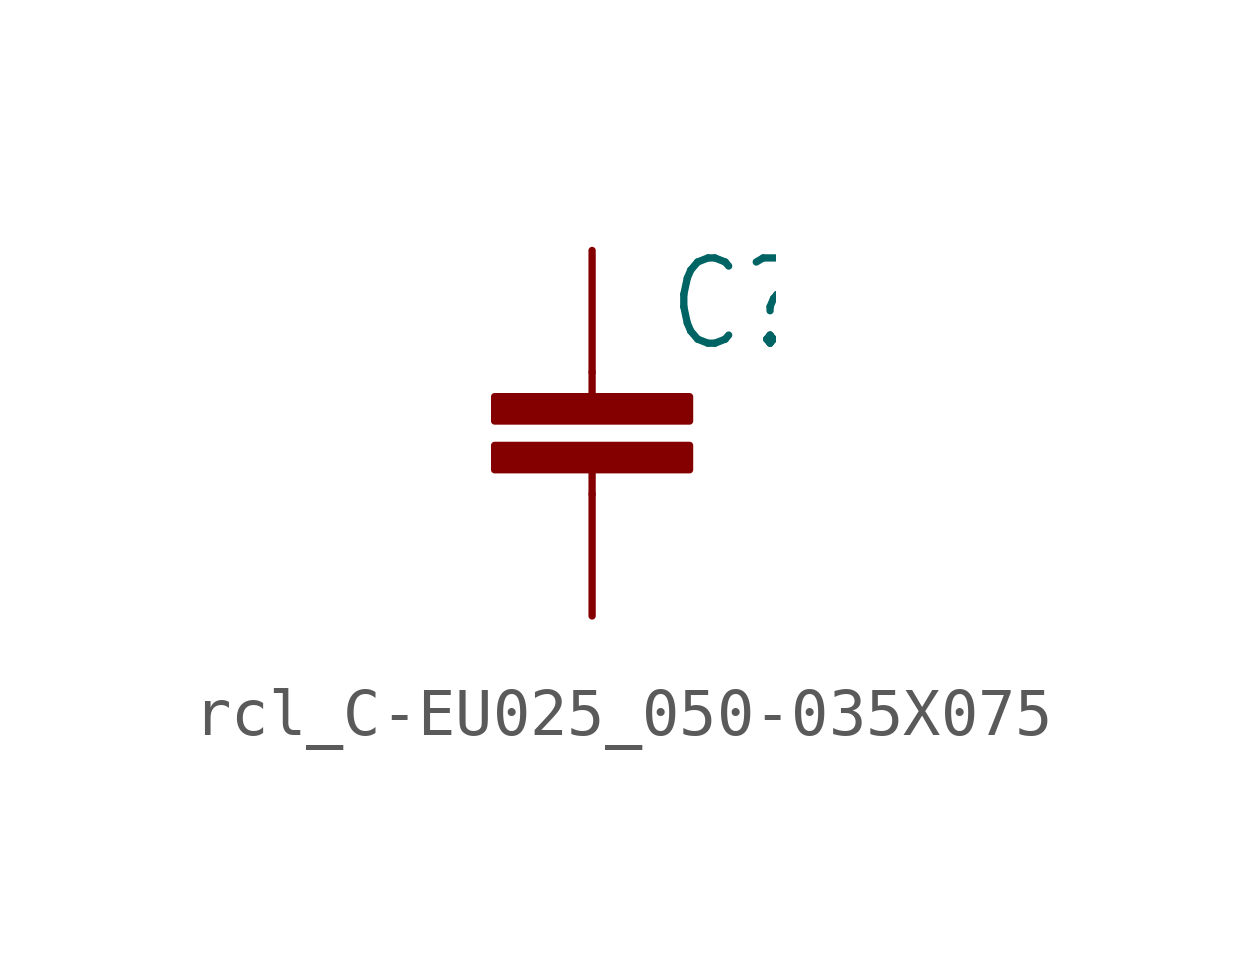
<source format=kicad_sym>
(kicad_symbol_lib
  (version 20241209)
  (generator "kicad_symbol_editor")
  (generator_version "9.0")
  (symbol "rcl_C-EU025_050-035X075"
    (property "Reference" "C"
      (at 1.524 0.381 0)
      (effects (font (size 1.778 1.511)) (justify left bottom)))
    (property "Value" ""
      (at 1.524 -4.699 0)
      (effects (font (size 1.778 1.511)) (justify left bottom)))
    (property "ki_locked" ""
      (at 0 0 0)
      (effects (font (size 1.27 1.27))))
    (symbol "rcl_C-EU025_050-035X075_1_0"
      (rectangle (start -2.032 -1.016) (end 2.032 -0.508) (stroke (width 0) (type default)) (fill (type outline)))
      (rectangle (start -2.032 -2.032) (end 2.032 -1.524) (stroke (width 0) (type default)) (fill (type outline)))
      (polyline (pts (xy 0 0) (xy 0 -0.508)) (stroke (width 0.152) (type solid)) (fill (type none)))
      (polyline (pts (xy 0 -2.54) (xy 0 -2.032)) (stroke (width 0.152) (type solid)) (fill (type none)))
      (pin passive line (at 0 2.54 270) (length 2.54) (name "1" (effects (font (size 0 0)))) (number "1" (effects (font (size 0 0)))))
      (pin passive line (at 0 -5.08 90) (length 2.54) (name "2" (effects (font (size 0 0)))) (number "2" (effects (font (size 0 0))))))))
</source>
